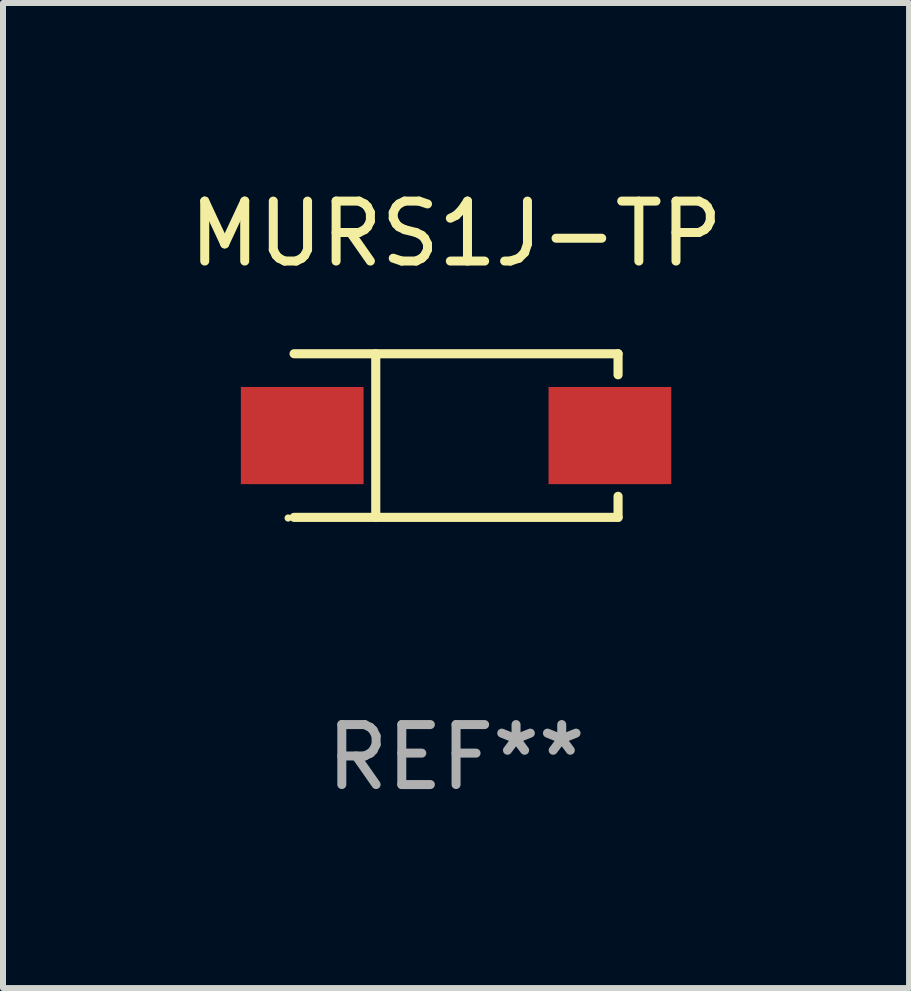
<source format=kicad_pcb>
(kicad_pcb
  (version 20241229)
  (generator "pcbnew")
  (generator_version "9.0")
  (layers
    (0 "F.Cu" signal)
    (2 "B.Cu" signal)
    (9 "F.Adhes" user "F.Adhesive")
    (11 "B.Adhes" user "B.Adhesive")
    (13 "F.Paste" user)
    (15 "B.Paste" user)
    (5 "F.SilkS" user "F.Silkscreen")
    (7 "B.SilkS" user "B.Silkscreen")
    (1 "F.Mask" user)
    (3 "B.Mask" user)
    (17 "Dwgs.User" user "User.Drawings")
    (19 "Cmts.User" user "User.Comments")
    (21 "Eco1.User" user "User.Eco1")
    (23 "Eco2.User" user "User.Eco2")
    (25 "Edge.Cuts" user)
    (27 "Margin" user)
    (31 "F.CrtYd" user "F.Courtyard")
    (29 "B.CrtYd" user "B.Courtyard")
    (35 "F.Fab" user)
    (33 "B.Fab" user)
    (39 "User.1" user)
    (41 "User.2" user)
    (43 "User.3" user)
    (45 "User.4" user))
  (footprint "MURS1J-TP"
    (layer "F.Cu")
    (at 4.554 4.212)
    (property "Reference" "MURS1J-TP" (at 0 -3.364 0) (layer "F.SilkS") (effects (font (size 1 1) (thickness 0.15))))
    (attr through_hole)
    (fp_line (start -2.701 -1.364) (end 2.701 -1.364) (stroke (width 0.152) (type solid)) (layer "F.SilkS"))
    (fp_line (start -2.701 1.364) (end 2.701 1.364) (stroke (width 0.152) (type solid)) (layer "F.SilkS"))
    (fp_line (start -1.339 -1.364) (end -1.339 1.364) (stroke (width 0.152) (type solid)) (layer "F.SilkS"))
    (fp_line (start 2.701 -1.364) (end 2.701 -1.013) (stroke (width 0.152) (type solid)) (layer "F.SilkS"))
    (fp_line (start 2.701 1.364) (end 2.701 1.013) (stroke (width 0.152) (type solid)) (layer "F.SilkS"))
    (fp_circle (center -2.8 1.375) (end -2.77 1.375) (stroke (width 0.06) (type solid)) (fill no) (layer "F.SilkS"))
    (fp_text user "REF**" (at 0 5.364 0) (layer "F.Fab") (effects (font (size 1 1) (thickness 0.15))))
    (pad "1" smd rect (at -2.565 -0.000025) (size 2.046 1.62) (layers "F.Cu" "F.Mask" "F.Paste"))
    (pad "2" smd rect (at 2.565 -0.000025) (size 2.046 1.62) (layers "F.Cu" "F.Mask" "F.Paste")))
  (gr_rect
    (start -3 -3)
    (end 12.107 13.424)
    (stroke (width 0.1) (type default))
    (fill no)
    (layer "Edge.Cuts")))
</source>
